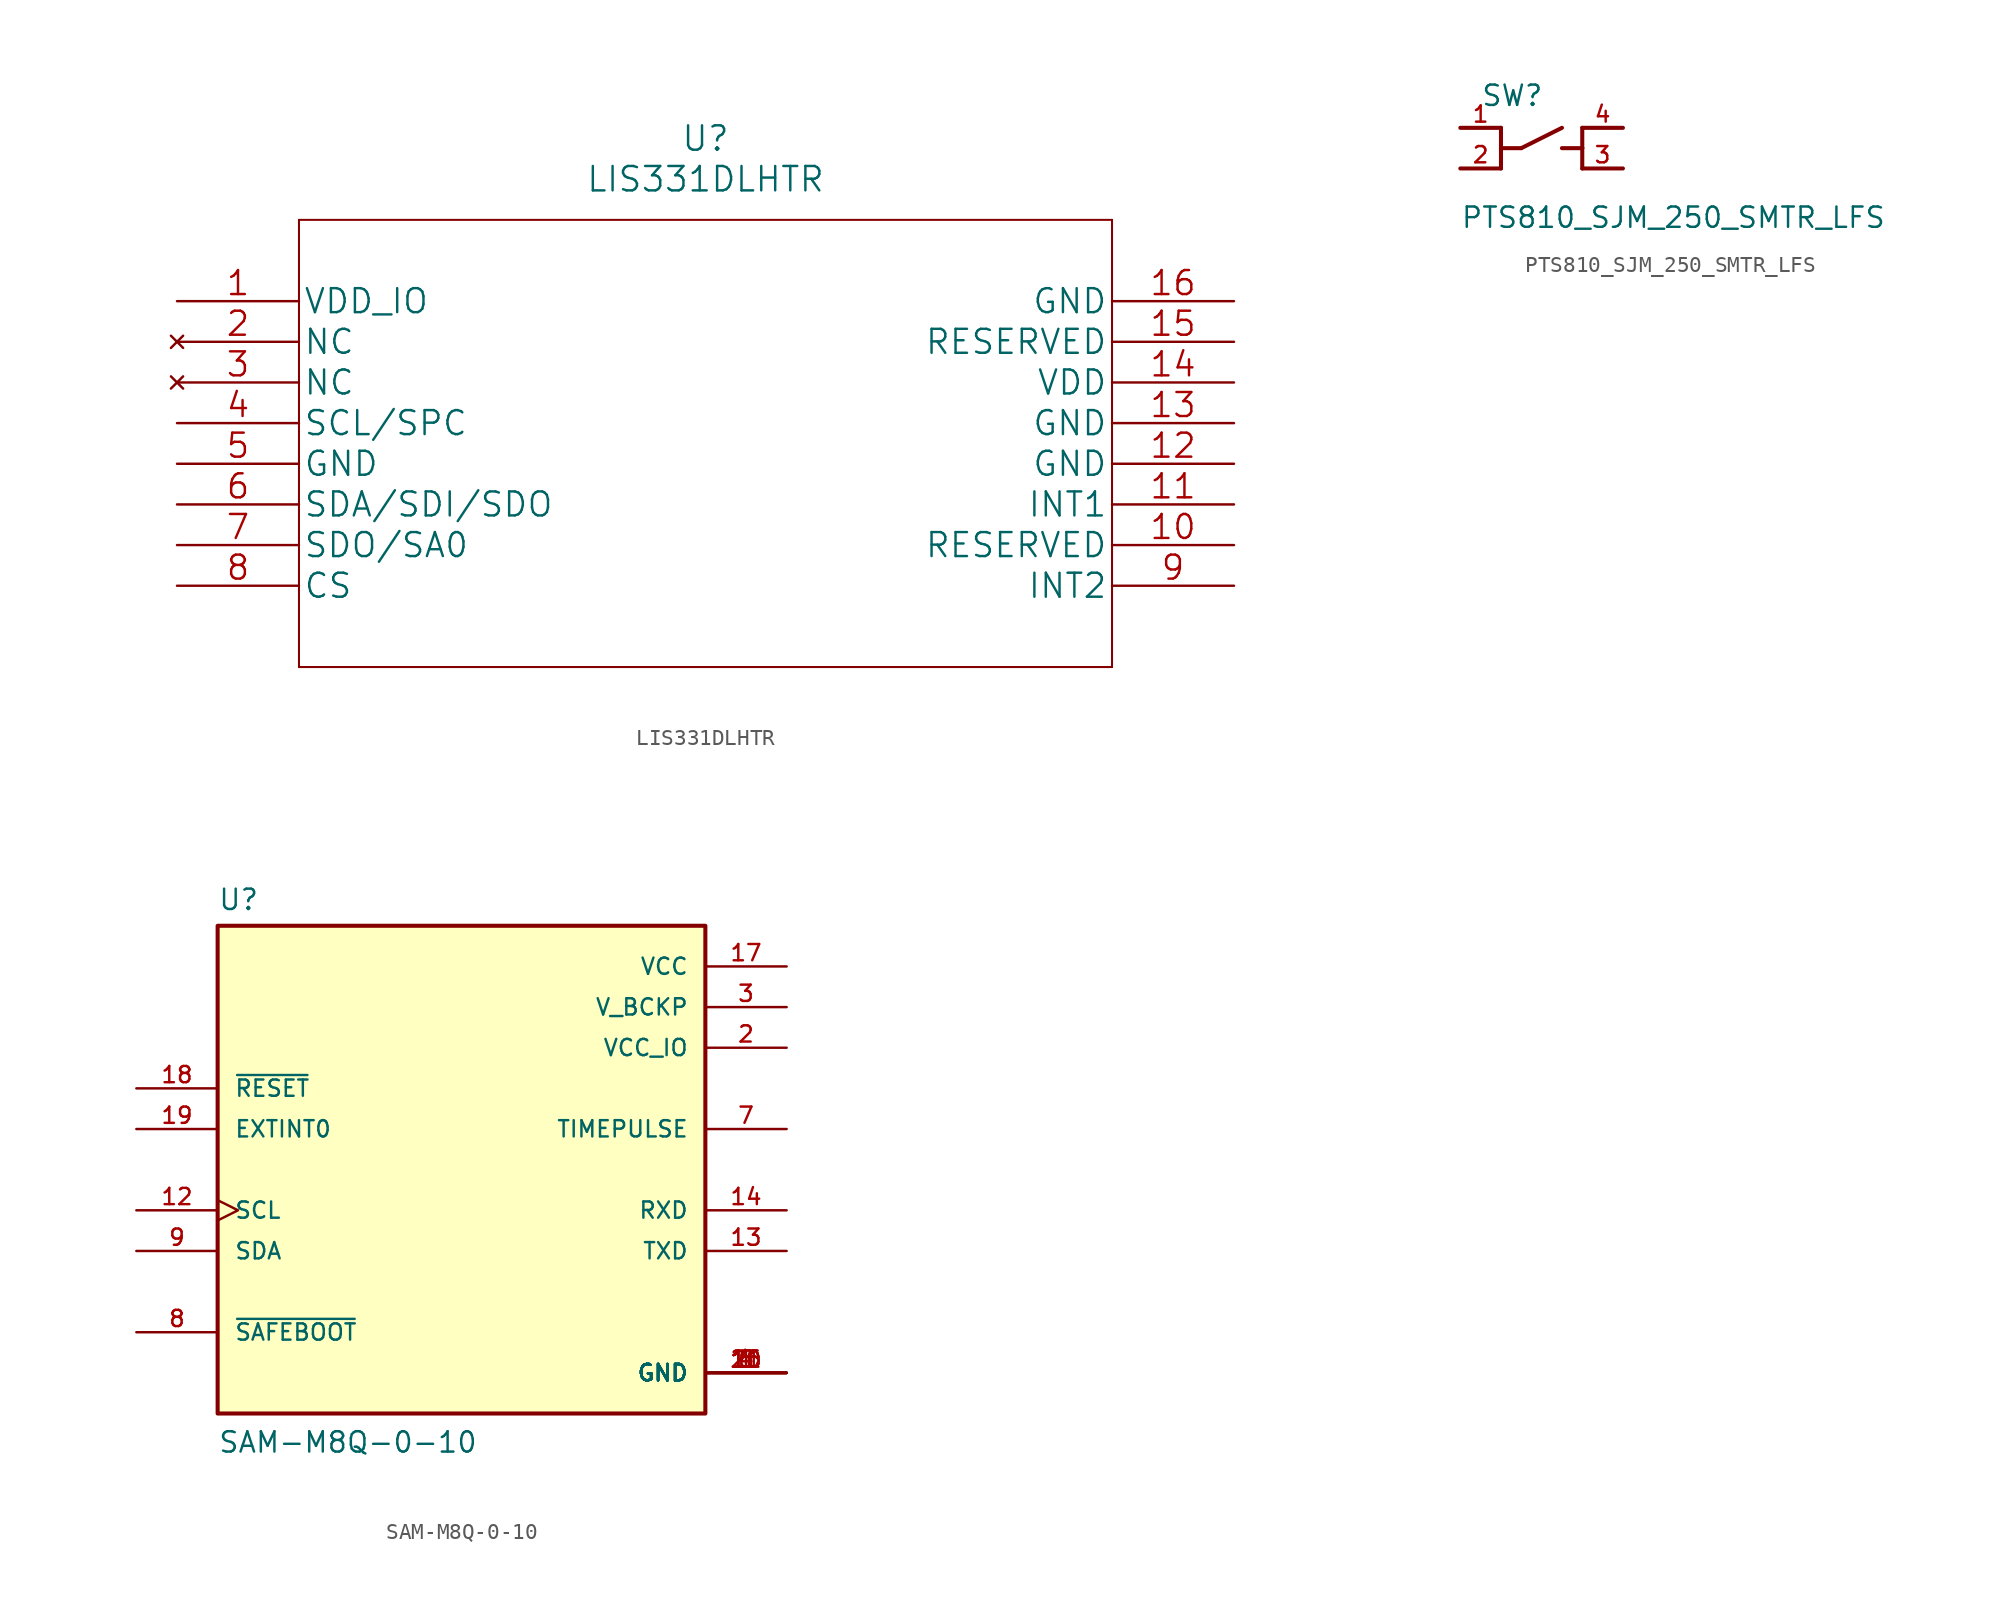
<source format=kicad_sym>
(kicad_symbol_lib
  (version 20211014)
  (generator kicad_symbol_editor)
  (symbol "LIS331DLHTR"
    (pin_names
      (offset 0.254))
    (property "Reference" "U"
      (at 33.02 10.16 0)
      (effects (font (size 1.524 1.524))))
    (property "Value" "LIS331DLHTR"
      (at 33.02 7.62 0)
      (effects (font (size 1.524 1.524))))
    (property "Datasheet" ""
      (at 0 0 0)
      (effects (font (size 1.524 1.524))))
    (property "ki_locked" ""
      (at 0 0 0)
      (effects (font (size 1.27 1.27))))
    (symbol "LIS331DLHTR_1_1"
      (polyline (pts (xy 7.62 -22.86) (xy 58.42 -22.86)) (stroke (width 0.127) (type default) (color 0 0 0 0)) (fill (type none)))
      (polyline (pts (xy 7.62 5.08) (xy 7.62 -22.86)) (stroke (width 0.127) (type default) (color 0 0 0 0)) (fill (type none)))
      (polyline (pts (xy 58.42 -22.86) (xy 58.42 5.08)) (stroke (width 0.127) (type default) (color 0 0 0 0)) (fill (type none)))
      (polyline (pts (xy 58.42 5.08) (xy 7.62 5.08)) (stroke (width 0.127) (type default) (color 0 0 0 0)) (fill (type none)))
      (pin power_in line (at 0 0 0) (length 7.62) (name "VDD_IO" (effects (font (size 1.499 1.499)))) (number "1" (effects (font (size 1.499 1.499)))))
      (pin unspecified line (at 66.04 -15.24 180) (length 7.62) (name "RESERVED" (effects (font (size 1.499 1.499)))) (number "10" (effects (font (size 1.499 1.499)))))
      (pin output line (at 66.04 -12.7 180) (length 7.62) (name "INT1" (effects (font (size 1.499 1.499)))) (number "11" (effects (font (size 1.499 1.499)))))
      (pin power_in line (at 66.04 -10.16 180) (length 7.62) (name "GND" (effects (font (size 1.499 1.499)))) (number "12" (effects (font (size 1.499 1.499)))))
      (pin power_in line (at 66.04 -7.62 180) (length 7.62) (name "GND" (effects (font (size 1.499 1.499)))) (number "13" (effects (font (size 1.499 1.499)))))
      (pin power_in line (at 66.04 -5.08 180) (length 7.62) (name "VDD" (effects (font (size 1.499 1.499)))) (number "14" (effects (font (size 1.499 1.499)))))
      (pin unspecified line (at 66.04 -2.54 180) (length 7.62) (name "RESERVED" (effects (font (size 1.499 1.499)))) (number "15" (effects (font (size 1.499 1.499)))))
      (pin power_in line (at 66.04 0 180) (length 7.62) (name "GND" (effects (font (size 1.499 1.499)))) (number "16" (effects (font (size 1.499 1.499)))))
      (pin no_connect line (at 0 -2.54 0) (length 7.62) (name "NC" (effects (font (size 1.499 1.499)))) (number "2" (effects (font (size 1.499 1.499)))))
      (pin no_connect line (at 0 -5.08 0) (length 7.62) (name "NC" (effects (font (size 1.499 1.499)))) (number "3" (effects (font (size 1.499 1.499)))))
      (pin input line (at 0 -7.62 0) (length 7.62) (name "SCL/SPC" (effects (font (size 1.499 1.499)))) (number "4" (effects (font (size 1.499 1.499)))))
      (pin power_in line (at 0 -10.16 0) (length 7.62) (name "GND" (effects (font (size 1.499 1.499)))) (number "5" (effects (font (size 1.499 1.499)))))
      (pin bidirectional line (at 0 -12.7 0) (length 7.62) (name "SDA/SDI/SDO" (effects (font (size 1.499 1.499)))) (number "6" (effects (font (size 1.499 1.499)))))
      (pin output line (at 0 -15.24 0) (length 7.62) (name "SDO/SA0" (effects (font (size 1.499 1.499)))) (number "7" (effects (font (size 1.499 1.499)))))
      (pin input line (at 0 -17.78 0) (length 7.62) (name "CS" (effects (font (size 1.499 1.499)))) (number "8" (effects (font (size 1.499 1.499)))))
      (pin output line (at 66.04 -17.78 180) (length 7.62) (name "INT2" (effects (font (size 1.499 1.499)))) (number "9" (effects (font (size 1.499 1.499)))))))
  (symbol "PTS810_SJM_250_SMTR_LFS"
    (pin_names
      (offset 1.016) hide)
    (property "Reference" "SW"
      (at -3.81 1.27 0)
      (effects (font (size 1.27 1.27)) (justify left bottom)))
    (property "Value" "PTS810_SJM_250_SMTR_LFS"
      (at -5.08 -6.35 0)
      (effects (font (size 1.27 1.27)) (justify left bottom)))
    (property "ki_locked" ""
      (at 0 0 0)
      (effects (font (size 1.27 1.27))))
    (symbol "PTS810_SJM_250_SMTR_LFS_0_0"
      (polyline (pts (xy -2.54 -2.54) (xy -5.08 -2.54)) (stroke (width 0.254) (type default) (color 0 0 0 0)) (fill (type none)))
      (polyline (pts (xy -2.54 -1.27) (xy -2.54 -2.54)) (stroke (width 0.254) (type default) (color 0 0 0 0)) (fill (type none)))
      (polyline (pts (xy -2.54 -1.27) (xy -1.27 -1.27)) (stroke (width 0.254) (type default) (color 0 0 0 0)) (fill (type none)))
      (polyline (pts (xy -2.54 0) (xy -5.08 0)) (stroke (width 0.254) (type default) (color 0 0 0 0)) (fill (type none)))
      (polyline (pts (xy -2.54 0) (xy -2.54 -1.27)) (stroke (width 0.254) (type default) (color 0 0 0 0)) (fill (type none)))
      (polyline (pts (xy -1.27 -1.27) (xy 1.27 0)) (stroke (width 0.254) (type default) (color 0 0 0 0)) (fill (type none)))
      (polyline (pts (xy 1.27 -1.27) (xy 2.54 -1.27)) (stroke (width 0.254) (type default) (color 0 0 0 0)) (fill (type none)))
      (polyline (pts (xy 2.54 -2.54) (xy 5.08 -2.54)) (stroke (width 0.254) (type default) (color 0 0 0 0)) (fill (type none)))
      (polyline (pts (xy 2.54 -1.27) (xy 2.54 -2.54)) (stroke (width 0.254) (type default) (color 0 0 0 0)) (fill (type none)))
      (polyline (pts (xy 2.54 0) (xy 2.54 -1.27)) (stroke (width 0.254) (type default) (color 0 0 0 0)) (fill (type none)))
      (polyline (pts (xy 2.54 0) (xy 5.08 0)) (stroke (width 0.254) (type default) (color 0 0 0 0)) (fill (type none)))
      (pin passive line (at -5.08 0 0) (length 2.54) (name "1" (effects (font (size 1.016 1.016)))) (number "1" (effects (font (size 1.016 1.016)))))
      (pin passive line (at -5.08 -2.54 0) (length 2.54) (name "2" (effects (font (size 1.016 1.016)))) (number "2" (effects (font (size 1.016 1.016)))))
      (pin passive line (at 5.08 -2.54 180) (length 2.54) (name "3" (effects (font (size 1.016 1.016)))) (number "3" (effects (font (size 1.016 1.016)))))
      (pin passive line (at 5.08 0 180) (length 2.54) (name "4" (effects (font (size 1.016 1.016)))) (number "4" (effects (font (size 1.016 1.016)))))))
  (symbol "SAM-M8Q-0-10"
    (pin_names
      (offset 1.016))
    (property "Reference" "U"
      (at -15.24 16.129 0)
      (effects (font (size 1.27 1.27)) (justify left bottom)))
    (property "Value" "SAM-M8Q-0-10"
      (at -15.24 -17.78 0)
      (effects (font (size 1.27 1.27)) (justify left bottom)))
    (symbol "SAM-M8Q-0-10_0_0"
      (rectangle (start -15.24 -15.24) (end 15.24 15.24) (stroke (width 0.254) (type default) (color 0 0 0 0)) (fill (type background)))
      (pin power_in line (at 20.32 -12.7 180) (length 5.08) (name "GND" (effects (font (size 1.016 1.016)))) (number "1" (effects (font (size 1.016 1.016)))))
      (pin power_in line (at 20.32 -12.7 180) (length 5.08) (name "GND" (effects (font (size 1.016 1.016)))) (number "10" (effects (font (size 1.016 1.016)))))
      (pin power_in line (at 20.32 -12.7 180) (length 5.08) (name "GND" (effects (font (size 1.016 1.016)))) (number "11" (effects (font (size 1.016 1.016)))))
      (pin input clock (at -20.32 -2.54 0) (length 5.08) (name "SCL" (effects (font (size 1.016 1.016)))) (number "12" (effects (font (size 1.016 1.016)))))
      (pin output line (at 20.32 -5.08 180) (length 5.08) (name "TXD" (effects (font (size 1.016 1.016)))) (number "13" (effects (font (size 1.016 1.016)))))
      (pin input line (at 20.32 -2.54 180) (length 5.08) (name "RXD" (effects (font (size 1.016 1.016)))) (number "14" (effects (font (size 1.016 1.016)))))
      (pin power_in line (at 20.32 -12.7 180) (length 5.08) (name "GND" (effects (font (size 1.016 1.016)))) (number "15" (effects (font (size 1.016 1.016)))))
      (pin power_in line (at 20.32 -12.7 180) (length 5.08) (name "GND" (effects (font (size 1.016 1.016)))) (number "16" (effects (font (size 1.016 1.016)))))
      (pin power_in line (at 20.32 12.7 180) (length 5.08) (name "VCC" (effects (font (size 1.016 1.016)))) (number "17" (effects (font (size 1.016 1.016)))))
      (pin input line (at -20.32 5.08 0) (length 5.08) (name "~{RESET}" (effects (font (size 1.016 1.016)))) (number "18" (effects (font (size 1.016 1.016)))))
      (pin input line (at -20.32 2.54 0) (length 5.08) (name "EXTINT0" (effects (font (size 1.016 1.016)))) (number "19" (effects (font (size 1.016 1.016)))))
      (pin power_in line (at 20.32 7.62 180) (length 5.08) (name "VCC_IO" (effects (font (size 1.016 1.016)))) (number "2" (effects (font (size 1.016 1.016)))))
      (pin power_in line (at 20.32 -12.7 180) (length 5.08) (name "GND" (effects (font (size 1.016 1.016)))) (number "20" (effects (font (size 1.016 1.016)))))
      (pin power_in line (at 20.32 10.16 180) (length 5.08) (name "V_BCKP" (effects (font (size 1.016 1.016)))) (number "3" (effects (font (size 1.016 1.016)))))
      (pin power_in line (at 20.32 -12.7 180) (length 5.08) (name "GND" (effects (font (size 1.016 1.016)))) (number "4" (effects (font (size 1.016 1.016)))))
      (pin power_in line (at 20.32 -12.7 180) (length 5.08) (name "GND" (effects (font (size 1.016 1.016)))) (number "5" (effects (font (size 1.016 1.016)))))
      (pin power_in line (at 20.32 -12.7 180) (length 5.08) (name "GND" (effects (font (size 1.016 1.016)))) (number "6" (effects (font (size 1.016 1.016)))))
      (pin output line (at 20.32 2.54 180) (length 5.08) (name "TIMEPULSE" (effects (font (size 1.016 1.016)))) (number "7" (effects (font (size 1.016 1.016)))))
      (pin input line (at -20.32 -10.16 0) (length 5.08) (name "~{SAFEBOOT}" (effects (font (size 1.016 1.016)))) (number "8" (effects (font (size 1.016 1.016)))))
      (pin bidirectional line (at -20.32 -5.08 0) (length 5.08) (name "SDA" (effects (font (size 1.016 1.016)))) (number "9" (effects (font (size 1.016 1.016))))))))
</source>
